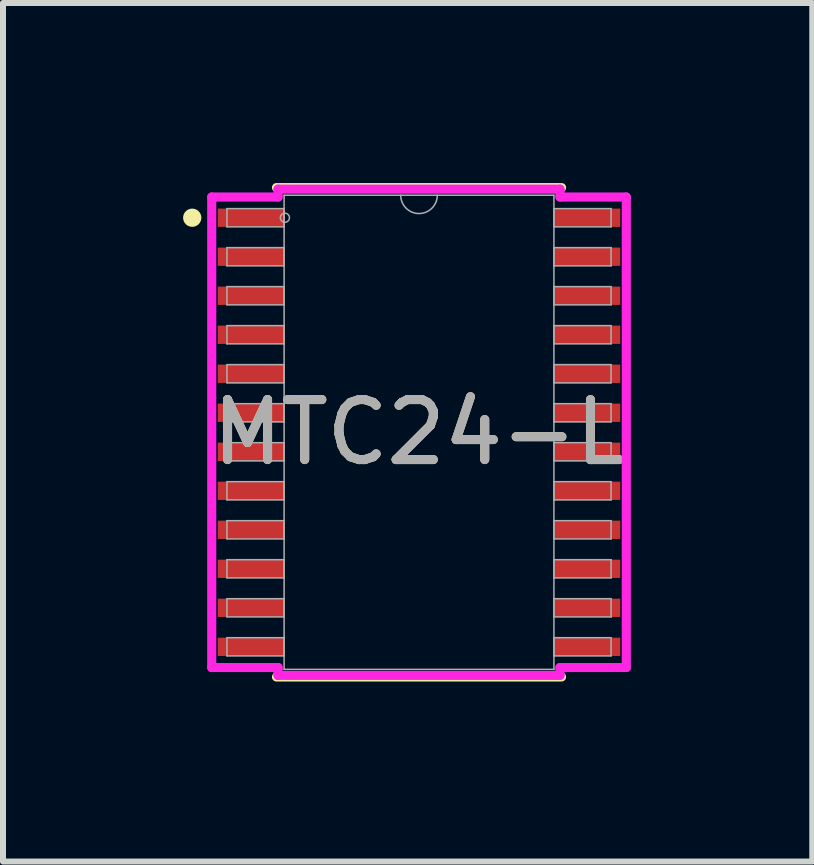
<source format=kicad_pcb>
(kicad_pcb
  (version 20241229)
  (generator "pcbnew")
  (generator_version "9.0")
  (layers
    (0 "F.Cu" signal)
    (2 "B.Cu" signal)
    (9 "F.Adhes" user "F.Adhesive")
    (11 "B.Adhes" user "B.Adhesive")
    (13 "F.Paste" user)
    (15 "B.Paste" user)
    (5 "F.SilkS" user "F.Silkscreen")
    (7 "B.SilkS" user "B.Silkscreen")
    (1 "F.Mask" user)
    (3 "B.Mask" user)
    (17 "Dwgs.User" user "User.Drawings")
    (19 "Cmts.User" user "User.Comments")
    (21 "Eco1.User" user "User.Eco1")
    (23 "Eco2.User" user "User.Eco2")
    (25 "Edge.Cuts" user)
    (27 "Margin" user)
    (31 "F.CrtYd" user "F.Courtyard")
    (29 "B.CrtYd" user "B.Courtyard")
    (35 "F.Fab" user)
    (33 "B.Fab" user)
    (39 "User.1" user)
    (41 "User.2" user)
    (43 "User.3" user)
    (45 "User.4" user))
  (footprint "MTC24-L"
    (layer "F.Cu")
    (at 3.932 4.153)
    (property "Reference" "MTC24-L" (at 0 0 0) (unlocked yes) (layer "F.SilkS") (effects (font (size 1 1) (thickness 0.15))))
    (attr smd)
    (fp_line (start -2.375 4.077) (end 2.375 4.077) (stroke (width 0.152) (type solid)) (layer "F.SilkS"))
    (fp_line (start 2.375 -4.077) (end -2.375 -4.077) (stroke (width 0.152) (type solid)) (layer "F.SilkS"))
    (fp_circle (center -3.779 -3.575) (end -3.703 -3.575) (stroke (width 0.152) (type solid)) (fill no) (layer "F.SilkS"))
    (fp_line (start -3.454 -3.92) (end -2.349 -3.92) (stroke (width 0.152) (type solid)) (layer "F.CrtYd"))
    (fp_line (start -3.454 3.92) (end -3.454 -3.92) (stroke (width 0.152) (type solid)) (layer "F.CrtYd"))
    (fp_line (start -3.454 3.92) (end -2.349 3.92) (stroke (width 0.152) (type solid)) (layer "F.CrtYd"))
    (fp_line (start -2.349 -4.051) (end 2.349 -4.051) (stroke (width 0.152) (type solid)) (layer "F.CrtYd"))
    (fp_line (start -2.349 -3.92) (end -2.349 -4.051) (stroke (width 0.152) (type solid)) (layer "F.CrtYd"))
    (fp_line (start -2.349 4.051) (end -2.349 3.92) (stroke (width 0.152) (type solid)) (layer "F.CrtYd"))
    (fp_line (start 2.349 -4.051) (end 2.349 -3.92) (stroke (width 0.152) (type solid)) (layer "F.CrtYd"))
    (fp_line (start 2.349 3.92) (end 2.349 4.051) (stroke (width 0.152) (type solid)) (layer "F.CrtYd"))
    (fp_line (start 2.349 4.051) (end -2.349 4.051) (stroke (width 0.152) (type solid)) (layer "F.CrtYd"))
    (fp_line (start 3.454 -3.92) (end 2.349 -3.92) (stroke (width 0.152) (type solid)) (layer "F.CrtYd"))
    (fp_line (start 3.454 -3.92) (end 3.454 3.92) (stroke (width 0.152) (type solid)) (layer "F.CrtYd"))
    (fp_line (start 3.454 3.92) (end 2.349 3.92) (stroke (width 0.152) (type solid)) (layer "F.CrtYd"))
    (fp_line (start -3.2 -3.727) (end -3.2 -3.423) (stroke (width 0.025) (type solid)) (layer "F.Fab"))
    (fp_line (start -3.2 -3.423) (end -2.248 -3.423) (stroke (width 0.025) (type solid)) (layer "F.Fab"))
    (fp_line (start -3.2 -3.077) (end -3.2 -2.773) (stroke (width 0.025) (type solid)) (layer "F.Fab"))
    (fp_line (start -3.2 -2.773) (end -2.248 -2.773) (stroke (width 0.025) (type solid)) (layer "F.Fab"))
    (fp_line (start -3.2 -2.427) (end -3.2 -2.123) (stroke (width 0.025) (type solid)) (layer "F.Fab"))
    (fp_line (start -3.2 -2.123) (end -2.248 -2.123) (stroke (width 0.025) (type solid)) (layer "F.Fab"))
    (fp_line (start -3.2 -1.777) (end -3.2 -1.473) (stroke (width 0.025) (type solid)) (layer "F.Fab"))
    (fp_line (start -3.2 -1.473) (end -2.248 -1.473) (stroke (width 0.025) (type solid)) (layer "F.Fab"))
    (fp_line (start -3.2 -1.127) (end -3.2 -0.823) (stroke (width 0.025) (type solid)) (layer "F.Fab"))
    (fp_line (start -3.2 -0.823) (end -2.248 -0.823) (stroke (width 0.025) (type solid)) (layer "F.Fab"))
    (fp_line (start -3.2 -0.477) (end -3.2 -0.173) (stroke (width 0.025) (type solid)) (layer "F.Fab"))
    (fp_line (start -3.2 -0.173) (end -2.248 -0.173) (stroke (width 0.025) (type solid)) (layer "F.Fab"))
    (fp_line (start -3.2 0.173) (end -3.2 0.477) (stroke (width 0.025) (type solid)) (layer "F.Fab"))
    (fp_line (start -3.2 0.477) (end -2.248 0.477) (stroke (width 0.025) (type solid)) (layer "F.Fab"))
    (fp_line (start -3.2 0.823) (end -3.2 1.127) (stroke (width 0.025) (type solid)) (layer "F.Fab"))
    (fp_line (start -3.2 1.127) (end -2.248 1.127) (stroke (width 0.025) (type solid)) (layer "F.Fab"))
    (fp_line (start -3.2 1.473) (end -3.2 1.777) (stroke (width 0.025) (type solid)) (layer "F.Fab"))
    (fp_line (start -3.2 1.777) (end -2.248 1.777) (stroke (width 0.025) (type solid)) (layer "F.Fab"))
    (fp_line (start -3.2 2.123) (end -3.2 2.427) (stroke (width 0.025) (type solid)) (layer "F.Fab"))
    (fp_line (start -3.2 2.427) (end -2.248 2.427) (stroke (width 0.025) (type solid)) (layer "F.Fab"))
    (fp_line (start -3.2 2.773) (end -3.2 3.077) (stroke (width 0.025) (type solid)) (layer "F.Fab"))
    (fp_line (start -3.2 3.077) (end -2.248 3.077) (stroke (width 0.025) (type solid)) (layer "F.Fab"))
    (fp_line (start -3.2 3.423) (end -3.2 3.727) (stroke (width 0.025) (type solid)) (layer "F.Fab"))
    (fp_line (start -3.2 3.727) (end -2.248 3.727) (stroke (width 0.025) (type solid)) (layer "F.Fab"))
    (fp_line (start -2.248 -3.95) (end -2.248 3.95) (stroke (width 0.025) (type solid)) (layer "F.Fab"))
    (fp_line (start -2.248 -3.727) (end -3.2 -3.727) (stroke (width 0.025) (type solid)) (layer "F.Fab"))
    (fp_line (start -2.248 -3.423) (end -2.248 -3.727) (stroke (width 0.025) (type solid)) (layer "F.Fab"))
    (fp_line (start -2.248 -3.077) (end -3.2 -3.077) (stroke (width 0.025) (type solid)) (layer "F.Fab"))
    (fp_line (start -2.248 -2.773) (end -2.248 -3.077) (stroke (width 0.025) (type solid)) (layer "F.Fab"))
    (fp_line (start -2.248 -2.427) (end -3.2 -2.427) (stroke (width 0.025) (type solid)) (layer "F.Fab"))
    (fp_line (start -2.248 -2.123) (end -2.248 -2.427) (stroke (width 0.025) (type solid)) (layer "F.Fab"))
    (fp_line (start -2.248 -1.777) (end -3.2 -1.777) (stroke (width 0.025) (type solid)) (layer "F.Fab"))
    (fp_line (start -2.248 -1.473) (end -2.248 -1.777) (stroke (width 0.025) (type solid)) (layer "F.Fab"))
    (fp_line (start -2.248 -1.127) (end -3.2 -1.127) (stroke (width 0.025) (type solid)) (layer "F.Fab"))
    (fp_line (start -2.248 -0.823) (end -2.248 -1.127) (stroke (width 0.025) (type solid)) (layer "F.Fab"))
    (fp_line (start -2.248 -0.477) (end -3.2 -0.477) (stroke (width 0.025) (type solid)) (layer "F.Fab"))
    (fp_line (start -2.248 -0.173) (end -2.248 -0.477) (stroke (width 0.025) (type solid)) (layer "F.Fab"))
    (fp_line (start -2.248 0.173) (end -3.2 0.173) (stroke (width 0.025) (type solid)) (layer "F.Fab"))
    (fp_line (start -2.248 0.477) (end -2.248 0.173) (stroke (width 0.025) (type solid)) (layer "F.Fab"))
    (fp_line (start -2.248 0.823) (end -3.2 0.823) (stroke (width 0.025) (type solid)) (layer "F.Fab"))
    (fp_line (start -2.248 1.127) (end -2.248 0.823) (stroke (width 0.025) (type solid)) (layer "F.Fab"))
    (fp_line (start -2.248 1.473) (end -3.2 1.473) (stroke (width 0.025) (type solid)) (layer "F.Fab"))
    (fp_line (start -2.248 1.777) (end -2.248 1.473) (stroke (width 0.025) (type solid)) (layer "F.Fab"))
    (fp_line (start -2.248 2.123) (end -3.2 2.123) (stroke (width 0.025) (type solid)) (layer "F.Fab"))
    (fp_line (start -2.248 2.427) (end -2.248 2.123) (stroke (width 0.025) (type solid)) (layer "F.Fab"))
    (fp_line (start -2.248 2.773) (end -3.2 2.773) (stroke (width 0.025) (type solid)) (layer "F.Fab"))
    (fp_line (start -2.248 3.077) (end -2.248 2.773) (stroke (width 0.025) (type solid)) (layer "F.Fab"))
    (fp_line (start -2.248 3.423) (end -3.2 3.423) (stroke (width 0.025) (type solid)) (layer "F.Fab"))
    (fp_line (start -2.248 3.727) (end -2.248 3.423) (stroke (width 0.025) (type solid)) (layer "F.Fab"))
    (fp_line (start -2.248 3.95) (end 2.248 3.95) (stroke (width 0.025) (type solid)) (layer "F.Fab"))
    (fp_line (start 2.248 -3.95) (end -2.248 -3.95) (stroke (width 0.025) (type solid)) (layer "F.Fab"))
    (fp_line (start 2.248 -3.727) (end 2.248 -3.423) (stroke (width 0.025) (type solid)) (layer "F.Fab"))
    (fp_line (start 2.248 -3.423) (end 3.2 -3.423) (stroke (width 0.025) (type solid)) (layer "F.Fab"))
    (fp_line (start 2.248 -3.077) (end 2.248 -2.773) (stroke (width 0.025) (type solid)) (layer "F.Fab"))
    (fp_line (start 2.248 -2.773) (end 3.2 -2.773) (stroke (width 0.025) (type solid)) (layer "F.Fab"))
    (fp_line (start 2.248 -2.427) (end 2.248 -2.123) (stroke (width 0.025) (type solid)) (layer "F.Fab"))
    (fp_line (start 2.248 -2.123) (end 3.2 -2.123) (stroke (width 0.025) (type solid)) (layer "F.Fab"))
    (fp_line (start 2.248 -1.777) (end 2.248 -1.473) (stroke (width 0.025) (type solid)) (layer "F.Fab"))
    (fp_line (start 2.248 -1.473) (end 3.2 -1.473) (stroke (width 0.025) (type solid)) (layer "F.Fab"))
    (fp_line (start 2.248 -1.127) (end 2.248 -0.823) (stroke (width 0.025) (type solid)) (layer "F.Fab"))
    (fp_line (start 2.248 -0.823) (end 3.2 -0.823) (stroke (width 0.025) (type solid)) (layer "F.Fab"))
    (fp_line (start 2.248 -0.477) (end 2.248 -0.173) (stroke (width 0.025) (type solid)) (layer "F.Fab"))
    (fp_line (start 2.248 -0.173) (end 3.2 -0.173) (stroke (width 0.025) (type solid)) (layer "F.Fab"))
    (fp_line (start 2.248 0.173) (end 2.248 0.477) (stroke (width 0.025) (type solid)) (layer "F.Fab"))
    (fp_line (start 2.248 0.477) (end 3.2 0.477) (stroke (width 0.025) (type solid)) (layer "F.Fab"))
    (fp_line (start 2.248 0.823) (end 2.248 1.127) (stroke (width 0.025) (type solid)) (layer "F.Fab"))
    (fp_line (start 2.248 1.127) (end 3.2 1.127) (stroke (width 0.025) (type solid)) (layer "F.Fab"))
    (fp_line (start 2.248 1.473) (end 2.248 1.777) (stroke (width 0.025) (type solid)) (layer "F.Fab"))
    (fp_line (start 2.248 1.777) (end 3.2 1.777) (stroke (width 0.025) (type solid)) (layer "F.Fab"))
    (fp_line (start 2.248 2.123) (end 2.248 2.427) (stroke (width 0.025) (type solid)) (layer "F.Fab"))
    (fp_line (start 2.248 2.427) (end 3.2 2.427) (stroke (width 0.025) (type solid)) (layer "F.Fab"))
    (fp_line (start 2.248 2.773) (end 2.248 3.077) (stroke (width 0.025) (type solid)) (layer "F.Fab"))
    (fp_line (start 2.248 3.077) (end 3.2 3.077) (stroke (width 0.025) (type solid)) (layer "F.Fab"))
    (fp_line (start 2.248 3.423) (end 2.248 3.727) (stroke (width 0.025) (type solid)) (layer "F.Fab"))
    (fp_line (start 2.248 3.727) (end 3.2 3.727) (stroke (width 0.025) (type solid)) (layer "F.Fab"))
    (fp_line (start 2.248 3.95) (end 2.248 -3.95) (stroke (width 0.025) (type solid)) (layer "F.Fab"))
    (fp_line (start 3.2 -3.727) (end 2.248 -3.727) (stroke (width 0.025) (type solid)) (layer "F.Fab"))
    (fp_line (start 3.2 -3.423) (end 3.2 -3.727) (stroke (width 0.025) (type solid)) (layer "F.Fab"))
    (fp_line (start 3.2 -3.077) (end 2.248 -3.077) (stroke (width 0.025) (type solid)) (layer "F.Fab"))
    (fp_line (start 3.2 -2.773) (end 3.2 -3.077) (stroke (width 0.025) (type solid)) (layer "F.Fab"))
    (fp_line (start 3.2 -2.427) (end 2.248 -2.427) (stroke (width 0.025) (type solid)) (layer "F.Fab"))
    (fp_line (start 3.2 -2.123) (end 3.2 -2.427) (stroke (width 0.025) (type solid)) (layer "F.Fab"))
    (fp_line (start 3.2 -1.777) (end 2.248 -1.777) (stroke (width 0.025) (type solid)) (layer "F.Fab"))
    (fp_line (start 3.2 -1.473) (end 3.2 -1.777) (stroke (width 0.025) (type solid)) (layer "F.Fab"))
    (fp_line (start 3.2 -1.127) (end 2.248 -1.127) (stroke (width 0.025) (type solid)) (layer "F.Fab"))
    (fp_line (start 3.2 -0.823) (end 3.2 -1.127) (stroke (width 0.025) (type solid)) (layer "F.Fab"))
    (fp_line (start 3.2 -0.477) (end 2.248 -0.477) (stroke (width 0.025) (type solid)) (layer "F.Fab"))
    (fp_line (start 3.2 -0.173) (end 3.2 -0.477) (stroke (width 0.025) (type solid)) (layer "F.Fab"))
    (fp_line (start 3.2 0.173) (end 2.248 0.173) (stroke (width 0.025) (type solid)) (layer "F.Fab"))
    (fp_line (start 3.2 0.477) (end 3.2 0.173) (stroke (width 0.025) (type solid)) (layer "F.Fab"))
    (fp_line (start 3.2 0.823) (end 2.248 0.823) (stroke (width 0.025) (type solid)) (layer "F.Fab"))
    (fp_line (start 3.2 1.127) (end 3.2 0.823) (stroke (width 0.025) (type solid)) (layer "F.Fab"))
    (fp_line (start 3.2 1.473) (end 2.248 1.473) (stroke (width 0.025) (type solid)) (layer "F.Fab"))
    (fp_line (start 3.2 1.777) (end 3.2 1.473) (stroke (width 0.025) (type solid)) (layer "F.Fab"))
    (fp_line (start 3.2 2.123) (end 2.248 2.123) (stroke (width 0.025) (type solid)) (layer "F.Fab"))
    (fp_line (start 3.2 2.427) (end 3.2 2.123) (stroke (width 0.025) (type solid)) (layer "F.Fab"))
    (fp_line (start 3.2 2.773) (end 2.248 2.773) (stroke (width 0.025) (type solid)) (layer "F.Fab"))
    (fp_line (start 3.2 3.077) (end 3.2 2.773) (stroke (width 0.025) (type solid)) (layer "F.Fab"))
    (fp_line (start 3.2 3.423) (end 2.248 3.423) (stroke (width 0.025) (type solid)) (layer "F.Fab"))
    (fp_line (start 3.2 3.727) (end 3.2 3.423) (stroke (width 0.025) (type solid)) (layer "F.Fab"))
    (fp_arc (start 0.3048 -3.9497) (mid 0 -3.6449) (end -0.3048 -3.9497) (stroke (width 0.0254) (type solid)) (layer "F.Fab"))
    (fp_circle (center -2.235 -3.575) (end -2.159 -3.575) (stroke (width 0.025) (type solid)) (fill no) (layer "F.Fab"))
    (fp_text user "${REFERENCE}" (at 0 0 0) (unlocked yes) (layer "F.Fab") (effects (font (size 1 1) (thickness 0.15))))
    (pad "1" smd rect (at -2.794 -3.575) (size 1.118 0.305) (layers "F.Cu" "F.Mask" "F.Paste"))
    (pad "2" smd rect (at -2.794 -2.925) (size 1.118 0.305) (layers "F.Cu" "F.Mask" "F.Paste"))
    (pad "3" smd rect (at -2.794 -2.275) (size 1.118 0.305) (layers "F.Cu" "F.Mask" "F.Paste"))
    (pad "4" smd rect (at -2.794 -1.625) (size 1.118 0.305) (layers "F.Cu" "F.Mask" "F.Paste"))
    (pad "5" smd rect (at -2.794 -0.975) (size 1.118 0.305) (layers "F.Cu" "F.Mask" "F.Paste"))
    (pad "6" smd rect (at -2.794 -0.325) (size 1.118 0.305) (layers "F.Cu" "F.Mask" "F.Paste"))
    (pad "7" smd rect (at -2.794 0.325) (size 1.118 0.305) (layers "F.Cu" "F.Mask" "F.Paste"))
    (pad "8" smd rect (at -2.794 0.975) (size 1.118 0.305) (layers "F.Cu" "F.Mask" "F.Paste"))
    (pad "9" smd rect (at -2.794 1.625) (size 1.118 0.305) (layers "F.Cu" "F.Mask" "F.Paste"))
    (pad "10" smd rect (at -2.794 2.275) (size 1.118 0.305) (layers "F.Cu" "F.Mask" "F.Paste"))
    (pad "11" smd rect (at -2.794 2.925) (size 1.118 0.305) (layers "F.Cu" "F.Mask" "F.Paste"))
    (pad "12" smd rect (at -2.794 3.575) (size 1.118 0.305) (layers "F.Cu" "F.Mask" "F.Paste"))
    (pad "13" smd rect (at 2.794 3.575) (size 1.118 0.305) (layers "F.Cu" "F.Mask" "F.Paste"))
    (pad "14" smd rect (at 2.794 2.925) (size 1.118 0.305) (layers "F.Cu" "F.Mask" "F.Paste"))
    (pad "15" smd rect (at 2.794 2.275) (size 1.118 0.305) (layers "F.Cu" "F.Mask" "F.Paste"))
    (pad "16" smd rect (at 2.794 1.625) (size 1.118 0.305) (layers "F.Cu" "F.Mask" "F.Paste"))
    (pad "17" smd rect (at 2.794 0.975) (size 1.118 0.305) (layers "F.Cu" "F.Mask" "F.Paste"))
    (pad "18" smd rect (at 2.794 0.325) (size 1.118 0.305) (layers "F.Cu" "F.Mask" "F.Paste"))
    (pad "19" smd rect (at 2.794 -0.325) (size 1.118 0.305) (layers "F.Cu" "F.Mask" "F.Paste"))
    (pad "20" smd rect (at 2.794 -0.975) (size 1.118 0.305) (layers "F.Cu" "F.Mask" "F.Paste"))
    (pad "21" smd rect (at 2.794 -1.625) (size 1.118 0.305) (layers "F.Cu" "F.Mask" "F.Paste"))
    (pad "22" smd rect (at 2.794 -2.275) (size 1.118 0.305) (layers "F.Cu" "F.Mask" "F.Paste"))
    (pad "23" smd rect (at 2.794 -2.925) (size 1.118 0.305) (layers "F.Cu" "F.Mask" "F.Paste"))
    (pad "24" smd rect (at 2.794 -3.575) (size 1.118 0.305) (layers "F.Cu" "F.Mask" "F.Paste")))
  (gr_rect
    (start -3 -3)
    (end 10.485 11.306)
    (stroke (width 0.1) (type default))
    (fill no)
    (layer "Edge.Cuts")))
</source>
